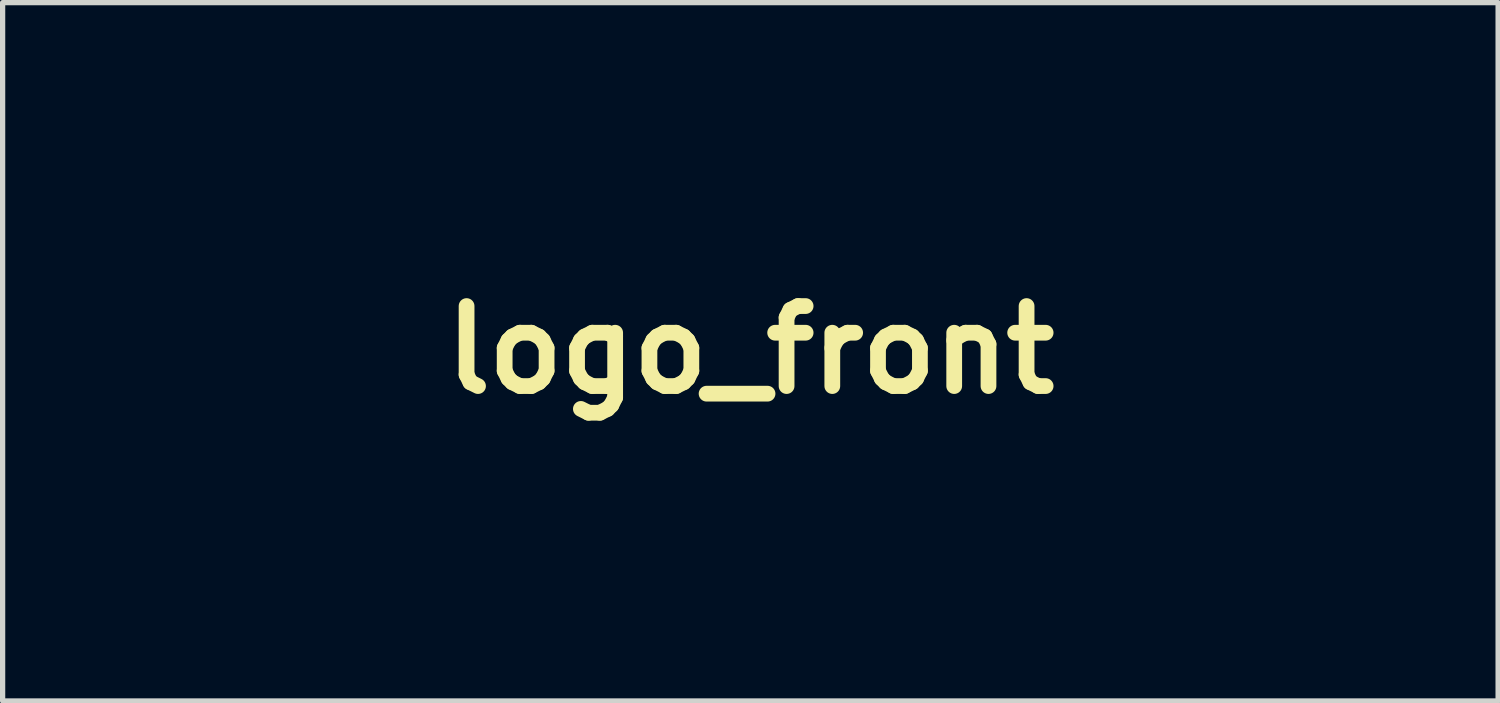
<source format=kicad_pcb>
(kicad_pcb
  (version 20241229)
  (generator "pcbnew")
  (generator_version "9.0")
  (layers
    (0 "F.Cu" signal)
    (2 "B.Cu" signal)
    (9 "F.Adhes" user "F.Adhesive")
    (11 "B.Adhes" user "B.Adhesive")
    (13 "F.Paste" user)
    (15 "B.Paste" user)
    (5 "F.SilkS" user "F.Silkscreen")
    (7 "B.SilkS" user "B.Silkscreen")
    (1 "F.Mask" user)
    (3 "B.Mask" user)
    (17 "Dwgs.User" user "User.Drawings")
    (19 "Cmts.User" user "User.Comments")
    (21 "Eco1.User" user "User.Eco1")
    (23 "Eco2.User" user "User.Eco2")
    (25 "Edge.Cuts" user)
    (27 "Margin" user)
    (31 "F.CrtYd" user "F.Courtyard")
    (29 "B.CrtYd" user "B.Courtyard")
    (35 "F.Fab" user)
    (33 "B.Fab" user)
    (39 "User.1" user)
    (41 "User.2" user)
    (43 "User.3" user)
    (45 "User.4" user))
  (footprint "logo_front"
    (layer "F.Cu")
    (at 11.245 3.615)
    (property "Reference" "logo_front" (at 0 0 0) (layer "F.SilkS") (effects (font (size 1.524 1.524) (thickness 0.3))))
    (attr through_hole)
    (fp_poly (pts (xy -7.747 2.223) (xy -8.382 2.223) (xy -8.382 -2.223) (xy -7.747 -2.223) (xy -7.747 2.223)) (stroke (width 0.01) (type solid)) (fill yes) (layer "F.Mask"))
    (fp_poly (pts (xy 3.619 2.223) (xy 2.985 2.223) (xy 2.985 -2.223) (xy 3.619 -2.223) (xy 3.619 2.223)) (stroke (width 0.01) (type solid)) (fill yes) (layer "F.Mask"))
    (fp_poly (pts (xy -7.956 -3.601) (xy -7.796 -3.503) (xy -7.698 -3.331) (xy -7.684 -3.218) (xy -7.734 -3.034) (xy -7.859 -2.88) (xy -8.022 -2.798) (xy -8.065 -2.794) (xy -8.203 -2.837) (xy -8.319 -2.921) (xy -8.421 -3.098) (xy -8.436 -3.301) (xy -8.362 -3.48) (xy -8.329 -3.514) (xy -8.146 -3.61) (xy -7.956 -3.601)) (stroke (width 0.01) (type solid)) (fill yes) (layer "F.Mask"))
    (fp_poly (pts (xy 3.41 -3.601) (xy 3.571 -3.503) (xy 3.668 -3.331) (xy 3.683 -3.218) (xy 3.633 -3.034) (xy 3.507 -2.88) (xy 3.345 -2.798) (xy 3.302 -2.794) (xy 3.164 -2.837) (xy 3.048 -2.921) (xy 2.945 -3.098) (xy 2.93 -3.301) (xy 3.005 -3.48) (xy 3.037 -3.514) (xy 3.221 -3.61) (xy 3.41 -3.601)) (stroke (width 0.01) (type solid)) (fill yes) (layer "F.Mask"))
    (fp_poly (pts (xy 2.218 -2.255) (xy 2.421 -2.179) (xy 2.513 -2.052) (xy 2.505 -1.857) (xy 2.487 -1.787) (xy 2.414 -1.545) (xy 2.08 -1.573) (xy 1.856 -1.579) (xy 1.703 -1.544) (xy 1.572 -1.462) (xy 1.397 -1.324) (xy 1.397 2.223) (xy 0.699 2.223) (xy 0.699 -2.223) (xy 0.922 -2.223) (xy 1.087 -2.203) (xy 1.177 -2.127) (xy 1.209 -2.058) (xy 1.271 -1.894) (xy 1.459 -2.053) (xy 1.747 -2.221) (xy 2.061 -2.274) (xy 2.218 -2.255)) (stroke (width 0.01) (type solid)) (fill yes) (layer "F.Mask"))
    (fp_poly (pts (xy 11.239 2.889) (xy 11.238 3.219) (xy 11.233 3.442) (xy 11.219 3.579) (xy 11.195 3.651) (xy 11.156 3.679) (xy 11.113 3.683) (xy 11.055 3.674) (xy 11.018 3.633) (xy 10.997 3.536) (xy 10.988 3.36) (xy 10.986 3.082) (xy 10.986 3.048) (xy 10.984 2.759) (xy 10.975 2.574) (xy 10.956 2.47) (xy 10.921 2.424) (xy 10.865 2.413) (xy 10.858 2.413) (xy 10.755 2.373) (xy 10.732 2.318) (xy 10.782 2.234) (xy 10.827 2.223) (xy 10.911 2.188) (xy 10.922 2.159) (xy 10.976 2.111) (xy 11.081 2.095) (xy 11.239 2.095) (xy 11.239 2.889)) (stroke (width 0.01) (type solid)) (fill yes) (layer "F.Mask"))
    (fp_poly (pts (xy 10.546 2.415) (xy 10.583 2.435) (xy 10.59 2.494) (xy 10.565 2.614) (xy 10.506 2.814) (xy 10.423 3.08) (xy 10.331 3.357) (xy 10.258 3.533) (xy 10.192 3.629) (xy 10.121 3.669) (xy 10.106 3.672) (xy 9.985 3.655) (xy 9.938 3.608) (xy 9.905 3.507) (xy 9.85 3.329) (xy 9.783 3.106) (xy 9.713 2.872) (xy 9.651 2.659) (xy 9.606 2.5) (xy 9.589 2.43) (xy 9.588 2.429) (xy 9.642 2.417) (xy 9.73 2.424) (xy 9.815 2.457) (xy 9.877 2.545) (xy 9.933 2.717) (xy 9.964 2.842) (xy 10.018 3.046) (xy 10.071 3.189) (xy 10.108 3.239) (xy 10.156 3.188) (xy 10.16 3.155) (xy 10.177 3.05) (xy 10.221 2.871) (xy 10.258 2.742) (xy 10.33 2.539) (xy 10.403 2.437) (xy 10.48 2.413) (xy 10.546 2.415)) (stroke (width 0.01) (type solid)) (fill yes) (layer "F.Mask"))
    (fp_poly (pts (xy -10.493 -3.479) (xy -10.097 -3.455) (xy -9.801 -3.416) (xy -9.579 -3.354) (xy -9.405 -3.261) (xy -9.253 -3.129) (xy -9.228 -3.102) (xy -9.123 -2.97) (xy -9.048 -2.821) (xy -8.998 -2.631) (xy -8.969 -2.376) (xy -8.956 -2.034) (xy -8.954 -1.724) (xy -8.956 -1.363) (xy -8.964 -1.102) (xy -8.982 -0.912) (xy -9.014 -0.768) (xy -9.061 -0.642) (xy -9.096 -0.569) (xy -9.304 -0.291) (xy -9.597 -0.104) (xy -9.972 -0.011) (xy -10.173 0) (xy -10.541 0) (xy -10.541 2.223) (xy -11.239 2.223) (xy -11.239 -2.794) (xy -10.541 -2.794) (xy -10.541 -0.699) (xy -10.202 -0.699) (xy -9.973 -0.712) (xy -9.827 -0.76) (xy -9.741 -0.832) (xy -9.678 -0.93) (xy -9.637 -1.074) (xy -9.611 -1.294) (xy -9.598 -1.534) (xy -9.592 -1.973) (xy -9.619 -2.302) (xy -9.685 -2.534) (xy -9.797 -2.684) (xy -9.962 -2.766) (xy -10.188 -2.794) (xy -10.223 -2.794) (xy -10.541 -2.794) (xy -11.239 -2.794) (xy -11.239 -3.51) (xy -10.493 -3.479)) (stroke (width 0.01) (type solid)) (fill yes) (layer "F.Mask"))
    (fp_poly (pts (xy -0.67 -3.175) (xy -0.641 -3.038) (xy -0.635 -2.79) (xy -0.635 -2.735) (xy -0.635 -2.223) (xy 0.064 -2.223) (xy 0.064 -1.651) (xy -0.635 -1.651) (xy -0.635 -0.127) (xy -0.635 0.352) (xy -0.632 0.721) (xy -0.627 0.995) (xy -0.617 1.192) (xy -0.602 1.327) (xy -0.579 1.416) (xy -0.548 1.477) (xy -0.508 1.524) (xy -0.5 1.532) (xy -0.385 1.618) (xy -0.243 1.642) (xy -0.095 1.629) (xy 0.176 1.592) (xy 0.24 1.842) (xy 0.267 2.031) (xy 0.222 2.153) (xy 0.089 2.225) (xy -0.151 2.264) (xy -0.21 2.269) (xy -0.519 2.26) (xy -0.761 2.178) (xy -0.937 2.046) (xy -1.095 1.859) (xy -1.125 1.81) (xy -1.169 1.727) (xy -1.203 1.641) (xy -1.228 1.537) (xy -1.246 1.398) (xy -1.257 1.205) (xy -1.264 0.942) (xy -1.268 0.592) (xy -1.269 0.138) (xy -1.269 -0.048) (xy -1.27 -1.651) (xy -1.778 -1.651) (xy -1.778 -2.223) (xy -1.27 -2.223) (xy -1.27 -2.602) (xy -1.265 -2.817) (xy -1.24 -2.944) (xy -1.182 -3.019) (xy -1.095 -3.07) (xy -0.877 -3.177) (xy -0.742 -3.217) (xy -0.67 -3.175)) (stroke (width 0.01) (type solid)) (fill yes) (layer "F.Mask"))
    (fp_poly (pts (xy -5.465 -2.229) (xy -5.191 -2.077) (xy -4.976 -1.857) (xy -4.97 -1.848) (xy -4.929 -1.784) (xy -4.897 -1.717) (xy -4.872 -1.633) (xy -4.854 -1.516) (xy -4.841 -1.353) (xy -4.833 -1.127) (xy -4.829 -0.825) (xy -4.827 -0.431) (xy -4.826 0.069) (xy -4.826 0.295) (xy -4.826 2.223) (xy -5.461 2.223) (xy -5.461 0.459) (xy -5.462 -0.104) (xy -5.466 -0.554) (xy -5.476 -0.901) (xy -5.495 -1.161) (xy -5.525 -1.345) (xy -5.57 -1.467) (xy -5.632 -1.539) (xy -5.713 -1.575) (xy -5.817 -1.586) (xy -5.895 -1.587) (xy -6.094 -1.561) (xy -6.261 -1.496) (xy -6.272 -1.489) (xy -6.313 -1.457) (xy -6.346 -1.417) (xy -6.37 -1.355) (xy -6.388 -1.254) (xy -6.4 -1.102) (xy -6.407 -0.884) (xy -6.412 -0.584) (xy -6.413 -0.19) (xy -6.413 0.315) (xy -6.413 0.416) (xy -6.413 2.223) (xy -7.048 2.223) (xy -7.048 -2.223) (xy -6.831 -2.223) (xy -6.658 -2.197) (xy -6.578 -2.113) (xy -6.575 -2.105) (xy -6.546 -2.04) (xy -6.492 -2.027) (xy -6.383 -2.067) (xy -6.243 -2.137) (xy -6.03 -2.225) (xy -5.828 -2.278) (xy -5.752 -2.286) (xy -5.465 -2.229)) (stroke (width 0.01) (type solid)) (fill yes) (layer "F.Mask"))
    (fp_poly (pts (xy -2.708 -2.197) (xy -2.419 -2.053) (xy -2.236 -1.868) (xy -2.137 -1.613) (xy -2.108 -1.396) (xy -2.08 -1.016) (xy -2.374 -1.016) (xy -2.552 -1.021) (xy -2.638 -1.051) (xy -2.665 -1.129) (xy -2.667 -1.206) (xy -2.723 -1.426) (xy -2.875 -1.581) (xy -3.101 -1.65) (xy -3.143 -1.651) (xy -3.38 -1.601) (xy -3.539 -1.468) (xy -3.611 -1.277) (xy -3.584 -1.051) (xy -3.477 -0.85) (xy -3.37 -0.727) (xy -3.197 -0.545) (xy -2.986 -0.334) (xy -2.836 -0.19) (xy -2.523 0.125) (xy -2.303 0.398) (xy -2.161 0.655) (xy -2.08 0.922) (xy -2.054 1.103) (xy -2.077 1.449) (xy -2.2 1.777) (xy -2.405 2.047) (xy -2.493 2.121) (xy -2.676 2.201) (xy -2.936 2.253) (xy -3.227 2.273) (xy -3.502 2.255) (xy -3.645 2.223) (xy -3.932 2.069) (xy -4.143 1.819) (xy -4.273 1.48) (xy -4.318 1.064) (xy -4.311 0.88) (xy -4.271 0.789) (xy -4.171 0.774) (xy -3.985 0.819) (xy -3.928 0.836) (xy -3.77 0.893) (xy -3.701 0.969) (xy -3.683 1.11) (xy -3.683 1.153) (xy -3.636 1.406) (xy -3.498 1.57) (xy -3.27 1.646) (xy -3.175 1.651) (xy -2.921 1.603) (xy -2.748 1.469) (xy -2.67 1.261) (xy -2.667 1.203) (xy -2.682 1.051) (xy -2.735 0.9) (xy -2.839 0.733) (xy -3.006 0.531) (xy -3.25 0.276) (xy -3.431 0.095) (xy -3.666 -0.146) (xy -3.876 -0.381) (xy -4.039 -0.585) (xy -4.132 -0.729) (xy -4.133 -0.73) (xy -4.231 -1.057) (xy -4.243 -1.4) (xy -4.168 -1.711) (xy -4.138 -1.776) (xy -3.949 -2.002) (xy -3.677 -2.166) (xy -3.354 -2.257) (xy -3.011 -2.268) (xy -2.708 -2.197)) (stroke (width 0.01) (type solid)) (fill yes) (layer "F.Mask"))
    (fp_poly (pts (xy 8.432 -2.255) (xy 8.743 -2.148) (xy 9 -1.943) (xy 9.189 -1.661) (xy 9.297 -1.323) (xy 9.31 -0.953) (xy 9.302 -0.895) (xy 9.234 -0.603) (xy 9.113 -0.337) (xy 8.924 -0.08) (xy 8.653 0.189) (xy 8.286 0.488) (xy 8.176 0.57) (xy 7.986 0.715) (xy 7.877 0.821) (xy 7.826 0.923) (xy 7.811 1.057) (xy 7.811 1.147) (xy 7.824 1.354) (xy 7.875 1.48) (xy 7.952 1.552) (xy 8.178 1.649) (xy 8.392 1.633) (xy 8.566 1.519) (xy 8.676 1.321) (xy 8.7 1.146) (xy 8.71 0.981) (xy 8.764 0.894) (xy 8.897 0.84) (xy 8.938 0.829) (xy 9.158 0.773) (xy 9.28 0.773) (xy 9.327 0.849) (xy 9.325 1.021) (xy 9.313 1.145) (xy 9.248 1.507) (xy 9.133 1.782) (xy 8.952 2.004) (xy 8.944 2.012) (xy 8.662 2.193) (xy 8.329 2.278) (xy 7.984 2.262) (xy 7.779 2.196) (xy 7.61 2.093) (xy 7.433 1.945) (xy 7.398 1.909) (xy 7.207 1.706) (xy 7.188 0.112) (xy 7.184 -0.487) (xy 7.185 -0.657) (xy 7.811 -0.657) (xy 7.815 -0.314) (xy 7.83 -0.061) (xy 7.852 0.09) (xy 7.874 0.127) (xy 7.949 0.086) (xy 8.084 -0.023) (xy 8.249 -0.175) (xy 8.249 -0.175) (xy 8.516 -0.501) (xy 8.657 -0.839) (xy 8.671 -1.189) (xy 8.663 -1.241) (xy 8.572 -1.455) (xy 8.413 -1.597) (xy 8.218 -1.653) (xy 8.019 -1.61) (xy 7.927 -1.546) (xy 7.877 -1.486) (xy 7.844 -1.396) (xy 7.824 -1.252) (xy 7.814 -1.032) (xy 7.811 -0.712) (xy 7.811 -0.657) (xy 7.185 -0.657) (xy 7.188 -0.962) (xy 7.199 -1.315) (xy 7.218 -1.548) (xy 7.24 -1.654) (xy 7.418 -1.925) (xy 7.681 -2.126) (xy 8.005 -2.243) (xy 8.361 -2.263) (xy 8.432 -2.255)) (stroke (width 0.01) (type solid)) (fill yes) (layer "F.Mask"))
    (fp_poly (pts (xy 5.925 -2.22) (xy 6.139 -2.123) (xy 6.255 -2.031) (xy 6.346 -1.935) (xy 6.416 -1.818) (xy 6.466 -1.665) (xy 6.501 -1.46) (xy 6.523 -1.187) (xy 6.535 -0.831) (xy 6.539 -0.375) (xy 6.54 0.032) (xy 6.539 0.526) (xy 6.537 0.909) (xy 6.531 1.199) (xy 6.521 1.413) (xy 6.505 1.565) (xy 6.482 1.675) (xy 6.452 1.757) (xy 6.414 1.826) (xy 6.189 2.085) (xy 5.907 2.237) (xy 5.585 2.276) (xy 5.242 2.196) (xy 5.229 2.191) (xy 5.078 2.13) (xy 4.986 2.097) (xy 4.977 2.095) (xy 4.967 2.155) (xy 4.96 2.315) (xy 4.954 2.552) (xy 4.953 2.794) (xy 4.953 3.493) (xy 4.634 3.493) (xy 4.42 3.477) (xy 4.299 3.434) (xy 4.284 3.413) (xy 4.278 3.335) (xy 4.273 3.143) (xy 4.269 2.85) (xy 4.267 2.471) (xy 4.266 2.019) (xy 4.266 1.506) (xy 4.268 0.947) (xy 4.27 0.572) (xy 4.273 -0.006) (xy 4.953 -0.006) (xy 4.954 0.452) (xy 4.957 0.801) (xy 4.965 1.055) (xy 4.977 1.233) (xy 4.996 1.35) (xy 5.023 1.423) (xy 5.058 1.468) (xy 5.064 1.474) (xy 5.295 1.617) (xy 5.513 1.634) (xy 5.717 1.526) (xy 5.75 1.495) (xy 5.802 1.44) (xy 5.841 1.382) (xy 5.868 1.303) (xy 5.887 1.184) (xy 5.898 1.008) (xy 5.903 0.757) (xy 5.905 0.413) (xy 5.905 0.017) (xy 5.904 -0.476) (xy 5.896 -0.856) (xy 5.878 -1.138) (xy 5.847 -1.337) (xy 5.797 -1.467) (xy 5.726 -1.542) (xy 5.63 -1.577) (xy 5.503 -1.587) (xy 5.472 -1.587) (xy 5.272 -1.561) (xy 5.105 -1.496) (xy 5.094 -1.489) (xy 5.048 -1.452) (xy 5.013 -1.406) (xy 4.988 -1.332) (xy 4.971 -1.215) (xy 4.961 -1.037) (xy 4.955 -0.781) (xy 4.953 -0.43) (xy 4.953 -0.006) (xy 4.273 -0.006) (xy 4.286 -2.191) (xy 4.519 -2.21) (xy 4.683 -2.209) (xy 4.766 -2.159) (xy 4.794 -2.097) (xy 4.836 -1.964) (xy 5.065 -2.106) (xy 5.335 -2.217) (xy 5.637 -2.255) (xy 5.925 -2.22)) (stroke (width 0.01) (type solid)) (fill yes) (layer "F.Mask")))
  (gr_rect
    (start -3 -3)
    (end 25.489 10.303)
    (stroke (width 0.1) (type default))
    (fill no)
    (layer "Edge.Cuts")))
</source>
